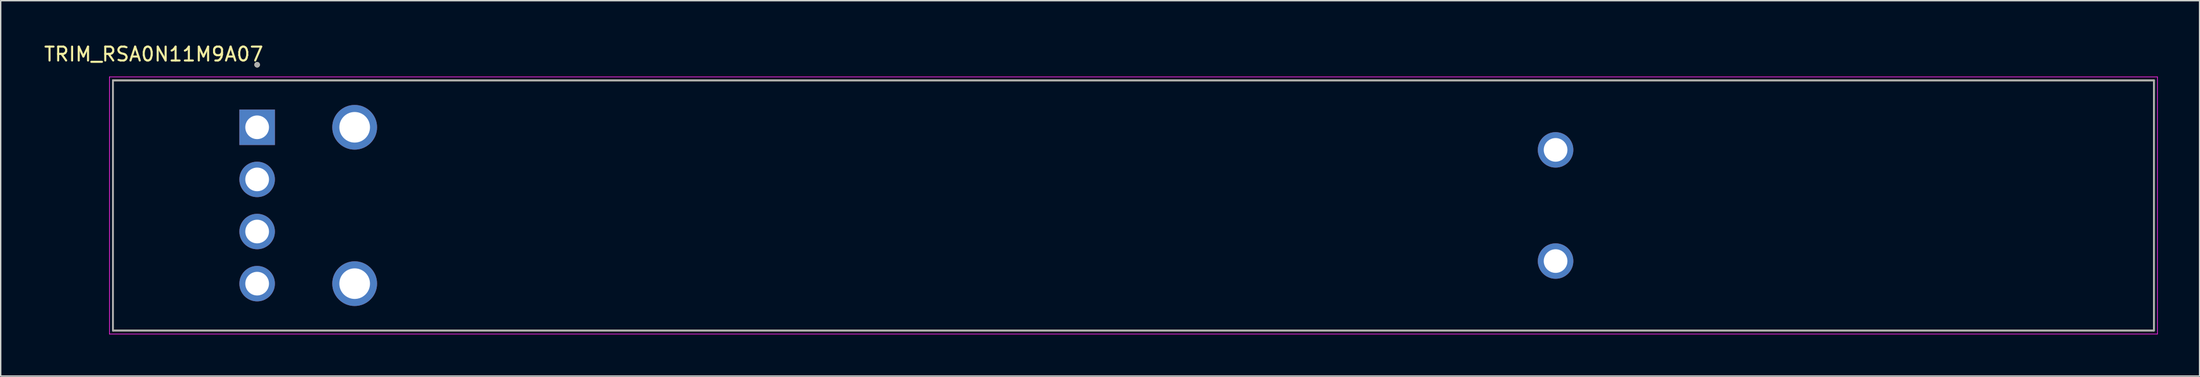
<source format=kicad_pcb>
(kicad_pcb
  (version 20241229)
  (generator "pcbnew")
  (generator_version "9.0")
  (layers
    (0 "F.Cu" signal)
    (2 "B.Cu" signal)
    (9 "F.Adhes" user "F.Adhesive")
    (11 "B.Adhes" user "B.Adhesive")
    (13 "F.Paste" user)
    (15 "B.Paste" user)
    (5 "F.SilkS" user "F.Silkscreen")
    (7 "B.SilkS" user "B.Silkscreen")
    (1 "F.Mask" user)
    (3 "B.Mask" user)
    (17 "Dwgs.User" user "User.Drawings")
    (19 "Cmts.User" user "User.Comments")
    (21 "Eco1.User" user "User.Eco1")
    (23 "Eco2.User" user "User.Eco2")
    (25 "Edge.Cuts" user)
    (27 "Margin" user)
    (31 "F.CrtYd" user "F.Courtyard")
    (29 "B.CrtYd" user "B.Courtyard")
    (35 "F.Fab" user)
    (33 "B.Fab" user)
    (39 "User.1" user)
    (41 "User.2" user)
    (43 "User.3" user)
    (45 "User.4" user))
  (footprint "TRIM_RSA0N11M9A07"
    (layer "F.Cu")
    (at 78.307 11.733)
    (property "Reference" "TRIM_RSA0N11M9A07" (at -70.325 -10.885 0) (layer "F.SilkS") (effects (font (size 1 1) (thickness 0.15))))
    (attr through_hole)
    (fp_line (start -73.25 -9) (end 73.25 -9) (stroke (width 0.127) (type solid)) (layer "F.SilkS"))
    (fp_line (start -73.25 9) (end -73.25 -9) (stroke (width 0.127) (type solid)) (layer "F.SilkS"))
    (fp_line (start 73.25 -9) (end 73.25 9) (stroke (width 0.127) (type solid)) (layer "F.SilkS"))
    (fp_line (start 73.25 9) (end -73.25 9) (stroke (width 0.127) (type solid)) (layer "F.SilkS"))
    (fp_circle (center -62.9 -10.125) (end -62.8 -10.125) (stroke (width 0.2) (type solid)) (fill no) (layer "F.SilkS"))
    (fp_line (start -73.5 -9.25) (end -73.5 9.25) (stroke (width 0.05) (type solid)) (layer "F.CrtYd"))
    (fp_line (start -73.5 9.25) (end 73.5 9.25) (stroke (width 0.05) (type solid)) (layer "F.CrtYd"))
    (fp_line (start 73.5 -9.25) (end -73.5 -9.25) (stroke (width 0.05) (type solid)) (layer "F.CrtYd"))
    (fp_line (start 73.5 9.25) (end 73.5 -9.25) (stroke (width 0.05) (type solid)) (layer "F.CrtYd"))
    (fp_line (start -73.25 -9) (end 73.25 -9) (stroke (width 0.127) (type solid)) (layer "F.Fab"))
    (fp_line (start -73.25 9) (end -73.25 -9) (stroke (width 0.127) (type solid)) (layer "F.Fab"))
    (fp_line (start 73.25 -9) (end 73.25 9) (stroke (width 0.127) (type solid)) (layer "F.Fab"))
    (fp_line (start 73.25 9) (end -73.25 9) (stroke (width 0.127) (type solid)) (layer "F.Fab"))
    (fp_circle (center -62.9 -10.125) (end -62.8 -10.125) (stroke (width 0.2) (type solid)) (fill no) (layer "F.Fab"))
    (pad "1" thru_hole rect (at -62.9 -5.625) (size 2.55 2.55) (drill 1.7) (layers "*.Cu" "*.Mask"))
    (pad "2" thru_hole circle (at -62.9 5.625) (size 2.55 2.55) (drill 1.7) (layers "*.Cu" "*.Mask"))
    (pad "3" thru_hole circle (at -62.9 1.875) (size 2.55 2.55) (drill 1.7) (layers "*.Cu" "*.Mask"))
    (pad "A" thru_hole circle (at 30.3 -4) (size 2.55 2.55) (drill 1.7) (layers "*.Cu" "*.Mask"))
    (pad "B" thru_hole circle (at 30.3 4) (size 2.55 2.55) (drill 1.7) (layers "*.Cu" "*.Mask"))
    (pad "L_1" thru_hole circle (at -55.9 -5.625) (size 3.216 3.216) (drill 2.2) (layers "*.Cu" "*.Mask"))
    (pad "L_2" thru_hole circle (at -55.9 5.625) (size 3.216 3.216) (drill 2.2) (layers "*.Cu" "*.Mask"))
    (pad "T" thru_hole circle (at -62.9 -1.875) (size 2.55 2.55) (drill 1.7) (layers "*.Cu" "*.Mask")))
  (gr_rect
    (start -3 -3)
    (end 154.832 24.008)
    (stroke (width 0.1) (type default))
    (fill no)
    (layer "Edge.Cuts")))
</source>
